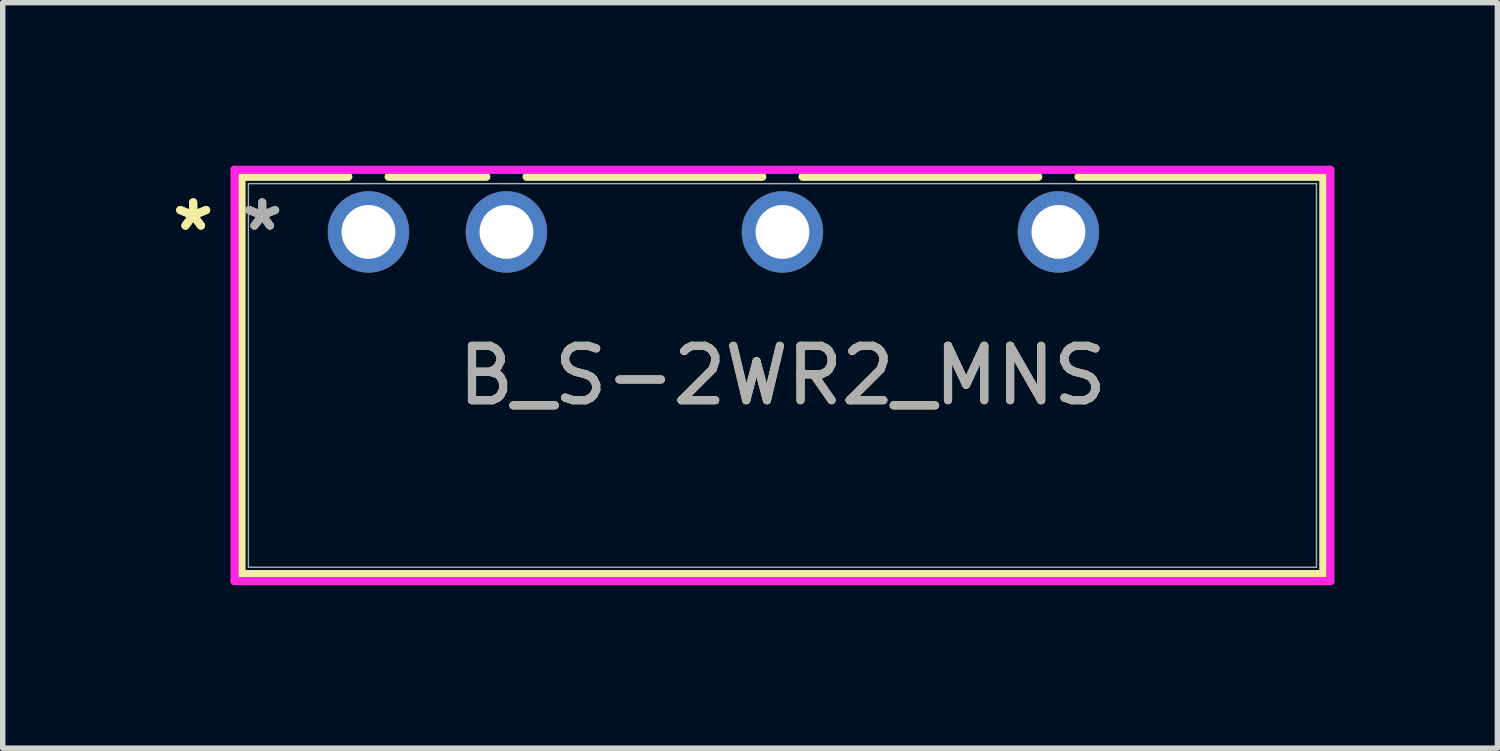
<source format=kicad_pcb>
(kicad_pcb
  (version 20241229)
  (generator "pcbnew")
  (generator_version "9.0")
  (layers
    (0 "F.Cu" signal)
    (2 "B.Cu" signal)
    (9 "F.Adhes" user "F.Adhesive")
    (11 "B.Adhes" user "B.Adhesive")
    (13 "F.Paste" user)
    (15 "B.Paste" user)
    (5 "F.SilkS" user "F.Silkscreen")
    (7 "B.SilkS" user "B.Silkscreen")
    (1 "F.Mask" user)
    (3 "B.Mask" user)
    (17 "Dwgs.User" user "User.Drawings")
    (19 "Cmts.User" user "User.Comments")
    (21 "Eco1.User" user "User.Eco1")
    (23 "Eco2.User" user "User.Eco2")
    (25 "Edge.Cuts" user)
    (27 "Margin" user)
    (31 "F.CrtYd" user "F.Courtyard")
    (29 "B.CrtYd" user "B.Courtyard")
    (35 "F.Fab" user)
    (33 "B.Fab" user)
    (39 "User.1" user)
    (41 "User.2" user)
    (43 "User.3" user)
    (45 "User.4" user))
  (footprint "B_S-2WR2_MNS"
    (layer "F.Cu")
    (at 3.732 1.219)
    (property "Reference" "B_S-2WR2_MNS" (at 7.62 2.642 0) (unlocked yes) (layer "F.SilkS") (effects (font (size 1 1) (thickness 0.15))))
    (attr through_hole)
    (fp_line (start -2.337 -1.016) (end -2.337 6.299) (stroke (width 0.152) (type solid)) (layer "F.SilkS"))
    (fp_line (start -2.337 6.299) (end 17.577 6.299) (stroke (width 0.152) (type solid)) (layer "F.SilkS"))
    (fp_line (start -0.372 -1.016) (end -2.337 -1.016) (stroke (width 0.152) (type solid)) (layer "F.SilkS"))
    (fp_line (start 2.168 -1.016) (end 0.372 -1.016) (stroke (width 0.152) (type solid)) (layer "F.SilkS"))
    (fp_line (start 7.248 -1.016) (end 2.912 -1.016) (stroke (width 0.152) (type solid)) (layer "F.SilkS"))
    (fp_line (start 12.328 -1.016) (end 7.992 -1.016) (stroke (width 0.152) (type solid)) (layer "F.SilkS"))
    (fp_line (start 17.577 -1.016) (end 13.072 -1.016) (stroke (width 0.152) (type solid)) (layer "F.SilkS"))
    (fp_line (start 17.577 6.299) (end 17.577 -1.016) (stroke (width 0.152) (type solid)) (layer "F.SilkS"))
    (fp_line (start -2.464 -1.143) (end 17.704 -1.143) (stroke (width 0.152) (type solid)) (layer "F.CrtYd"))
    (fp_line (start -2.464 6.426) (end -2.464 -1.143) (stroke (width 0.152) (type solid)) (layer "F.CrtYd"))
    (fp_line (start 17.704 -1.143) (end 17.704 6.426) (stroke (width 0.152) (type solid)) (layer "F.CrtYd"))
    (fp_line (start 17.704 6.426) (end -2.464 6.426) (stroke (width 0.152) (type solid)) (layer "F.CrtYd"))
    (fp_line (start -2.21 -0.889) (end -2.21 6.172) (stroke (width 0.025) (type solid)) (layer "F.Fab"))
    (fp_line (start -2.21 6.172) (end 17.45 6.172) (stroke (width 0.025) (type solid)) (layer "F.Fab"))
    (fp_line (start 17.45 -0.889) (end -2.21 -0.889) (stroke (width 0.025) (type solid)) (layer "F.Fab"))
    (fp_line (start 17.45 6.172) (end 17.45 -0.889) (stroke (width 0.025) (type solid)) (layer "F.Fab"))
    (fp_text user "*" (at -3.226 0 0) (unlocked yes) (layer "F.SilkS") (effects (font (size 1 1) (thickness 0.15))))
    (fp_text user "*" (at -3.226 0 0) (layer "F.SilkS") (effects (font (size 1 1) (thickness 0.15))))
    (fp_text user "${REFERENCE}" (at 7.62 2.642 0) (unlocked yes) (layer "F.Fab") (effects (font (size 1 1) (thickness 0.15))))
    (fp_text user "*" (at -1.956 0 0) (unlocked yes) (layer "F.Fab") (effects (font (size 1 1) (thickness 0.15))))
    (fp_text user "*" (at -1.956 0 0) (layer "F.Fab") (effects (font (size 1 1) (thickness 0.15))))
    (pad "1" thru_hole circle (at 0 0) (size 1.499 1.499) (drill 0.991) (layers "*.Cu" "*.Mask"))
    (pad "2" thru_hole circle (at 2.54 0) (size 1.499 1.499) (drill 0.991) (layers "*.Cu" "*.Mask"))
    (pad "4" thru_hole circle (at 7.62 0) (size 1.499 1.499) (drill 0.991) (layers "*.Cu" "*.Mask"))
    (pad "6" thru_hole circle (at 12.7 0) (size 1.499 1.499) (drill 0.991) (layers "*.Cu" "*.Mask")))
  (gr_rect
    (start -3 -3)
    (end 24.512 10.722)
    (stroke (width 0.1) (type default))
    (fill no)
    (layer "Edge.Cuts")))
</source>
